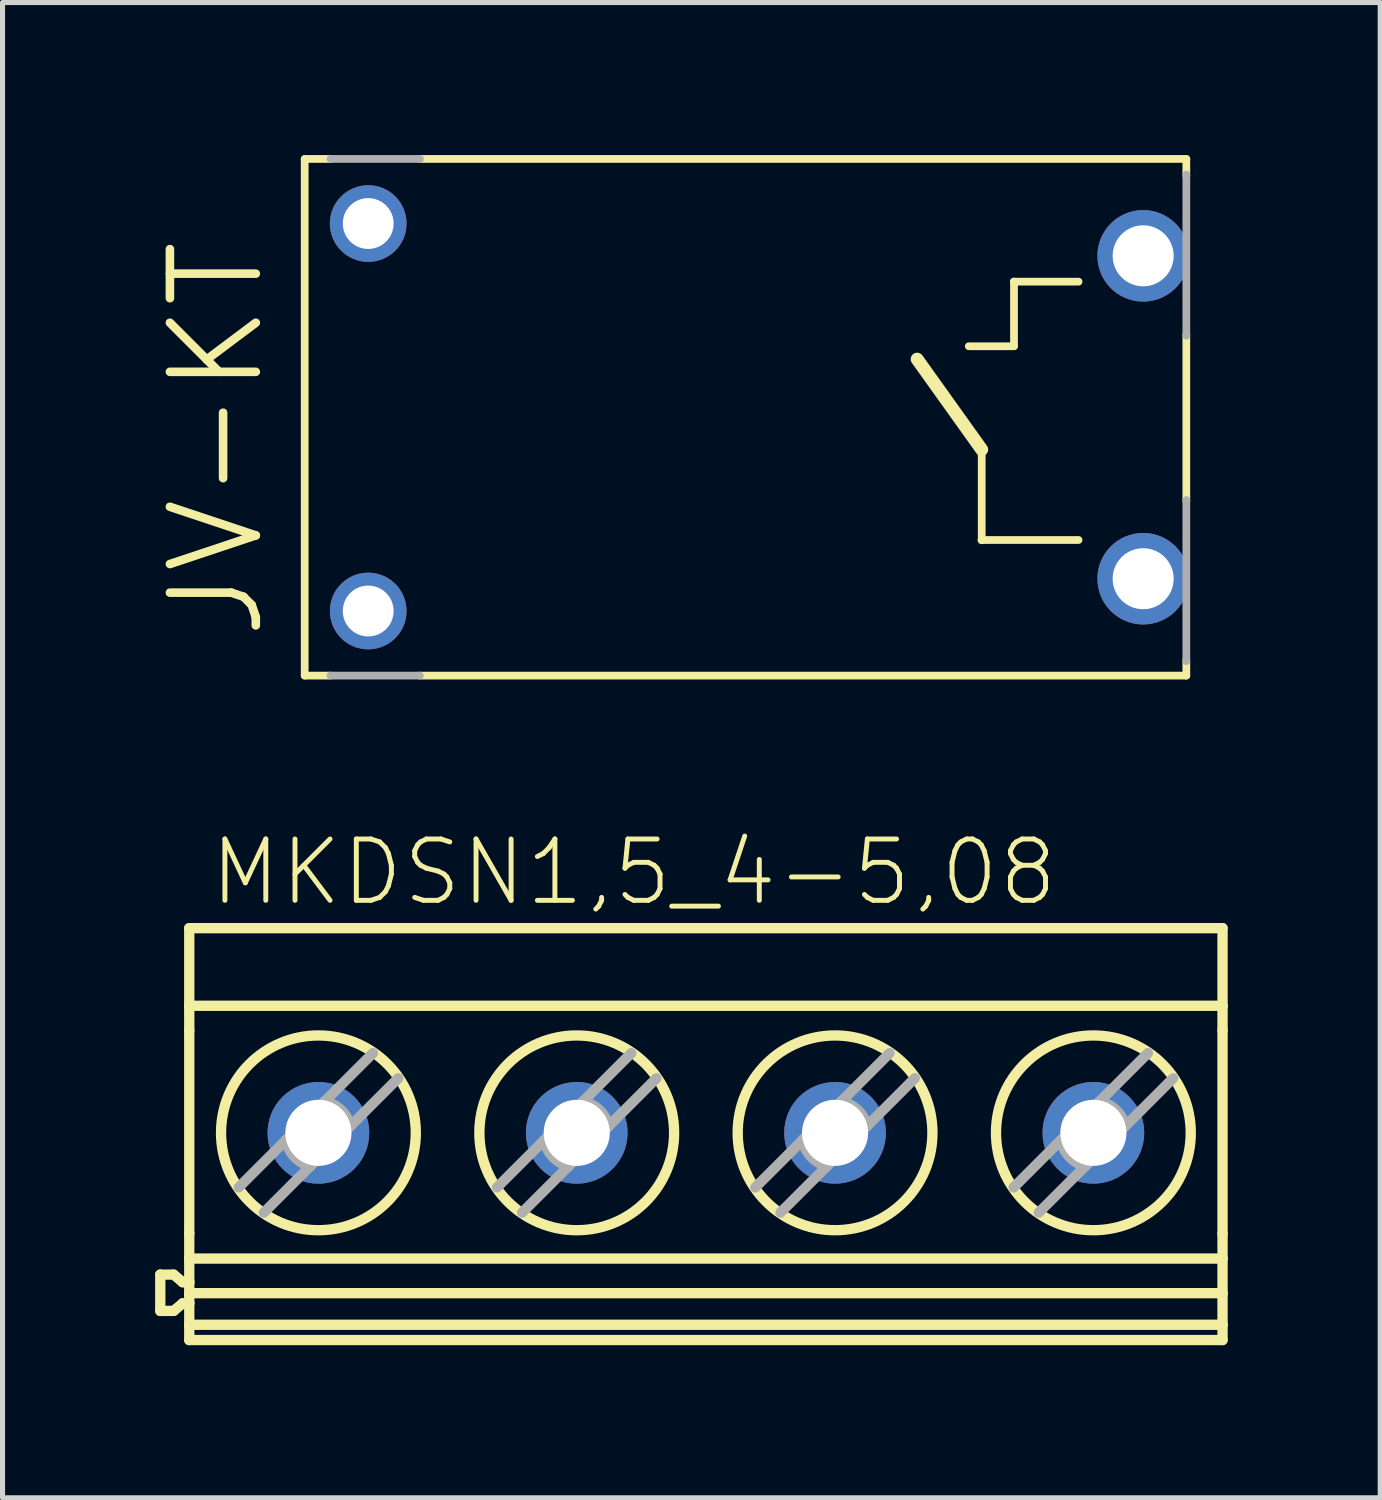
<source format=kicad_pcb>
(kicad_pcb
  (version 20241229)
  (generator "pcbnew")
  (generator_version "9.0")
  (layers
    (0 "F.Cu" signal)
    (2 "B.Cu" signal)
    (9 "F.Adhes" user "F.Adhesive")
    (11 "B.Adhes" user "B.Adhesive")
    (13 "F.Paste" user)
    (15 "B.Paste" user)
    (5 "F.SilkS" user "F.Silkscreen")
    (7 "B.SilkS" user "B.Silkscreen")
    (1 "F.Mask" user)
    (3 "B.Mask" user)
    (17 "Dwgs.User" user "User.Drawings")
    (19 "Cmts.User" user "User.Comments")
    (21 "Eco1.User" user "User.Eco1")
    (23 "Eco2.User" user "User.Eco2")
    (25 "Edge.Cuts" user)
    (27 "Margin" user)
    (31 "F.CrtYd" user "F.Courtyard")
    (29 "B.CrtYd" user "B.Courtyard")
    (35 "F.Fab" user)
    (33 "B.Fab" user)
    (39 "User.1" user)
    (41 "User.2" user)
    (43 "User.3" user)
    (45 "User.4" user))
  (footprint "MKDSN1,5_4-5,08"
    (layer "F.Cu")
    (at 10.853 19.253)
    (property "Reference" "MKDSN1,5_4-5,08" (at -9.831 -4.445 0) (layer "F.SilkS") (effects (font (size 1.206 1.206) (thickness 0.097)) (justify left bottom)))
    (attr through_hole)
    (fp_line (start -10.751 2.763) (end -10.751 3.477) (stroke (width 0.203) (type solid)) (layer "F.SilkS"))
    (fp_line (start -10.751 2.763) (end -10.488 2.763) (stroke (width 0.203) (type solid)) (layer "F.SilkS"))
    (fp_line (start -10.751 3.477) (end -10.488 3.477) (stroke (width 0.203) (type solid)) (layer "F.SilkS"))
    (fp_line (start -10.488 2.763) (end -10.31 2.913) (stroke (width 0.203) (type solid)) (layer "F.SilkS"))
    (fp_line (start -10.31 2.913) (end -10.181 2.913) (stroke (width 0.203) (type solid)) (layer "F.SilkS"))
    (fp_line (start -10.31 3.327) (end -10.488 3.477) (stroke (width 0.203) (type solid)) (layer "F.SilkS"))
    (fp_line (start -10.181 -4.05) (end 10.139 -4.05) (stroke (width 0.203) (type solid)) (layer "F.SilkS"))
    (fp_line (start -10.181 -2.524) (end -10.181 -4.05) (stroke (width 0.203) (type solid)) (layer "F.SilkS"))
    (fp_line (start -10.181 -2.524) (end -10.181 -2.041) (stroke (width 0.203) (type solid)) (layer "F.SilkS"))
    (fp_line (start -10.181 -2.524) (end 10.139 -2.524) (stroke (width 0.203) (type solid)) (layer "F.SilkS"))
    (fp_line (start -10.181 1.956) (end -10.181 -2.041) (stroke (width 0.203) (type solid)) (layer "F.SilkS"))
    (fp_line (start -10.181 1.956) (end -10.181 2.448) (stroke (width 0.203) (type solid)) (layer "F.SilkS"))
    (fp_line (start -10.181 2.913) (end -10.181 2.448) (stroke (width 0.203) (type solid)) (layer "F.SilkS"))
    (fp_line (start -10.181 3.128) (end -10.181 2.913) (stroke (width 0.203) (type solid)) (layer "F.SilkS"))
    (fp_line (start -10.181 3.128) (end 10.139 3.128) (stroke (width 0.203) (type solid)) (layer "F.SilkS"))
    (fp_line (start -10.181 3.327) (end -10.31 3.327) (stroke (width 0.203) (type solid)) (layer "F.SilkS"))
    (fp_line (start -10.181 3.327) (end -10.181 3.128) (stroke (width 0.203) (type solid)) (layer "F.SilkS"))
    (fp_line (start -10.181 3.75) (end -10.181 3.327) (stroke (width 0.203) (type solid)) (layer "F.SilkS"))
    (fp_line (start -10.181 3.75) (end -10.181 4.05) (stroke (width 0.203) (type solid)) (layer "F.SilkS"))
    (fp_line (start -10.181 4.05) (end 10.139 4.05) (stroke (width 0.203) (type solid)) (layer "F.SilkS"))
    (fp_line (start 10.139 -2.524) (end 10.139 -4.05) (stroke (width 0.203) (type solid)) (layer "F.SilkS"))
    (fp_line (start 10.139 -2.524) (end 10.139 -2.041) (stroke (width 0.203) (type solid)) (layer "F.SilkS"))
    (fp_line (start 10.139 1.956) (end 10.139 -2.041) (stroke (width 0.203) (type solid)) (layer "F.SilkS"))
    (fp_line (start 10.139 1.956) (end 10.139 2.448) (stroke (width 0.203) (type solid)) (layer "F.SilkS"))
    (fp_line (start 10.139 2.448) (end -10.181 2.448) (stroke (width 0.203) (type solid)) (layer "F.SilkS"))
    (fp_line (start 10.139 3.128) (end 10.139 2.448) (stroke (width 0.203) (type solid)) (layer "F.SilkS"))
    (fp_line (start 10.139 3.75) (end -10.181 3.75) (stroke (width 0.203) (type solid)) (layer "F.SilkS"))
    (fp_line (start 10.139 3.75) (end 10.139 3.128) (stroke (width 0.203) (type solid)) (layer "F.SilkS"))
    (fp_line (start 10.139 3.75) (end 10.139 4.05) (stroke (width 0.203) (type solid)) (layer "F.SilkS"))
    (fp_circle (center -7.641 -0.025) (end -5.726 -0.025) (stroke (width 0.203) (type solid)) (fill no) (layer "F.SilkS"))
    (fp_circle (center -2.561 -0.025) (end -0.646 -0.025) (stroke (width 0.203) (type solid)) (fill no) (layer "F.SilkS"))
    (fp_circle (center 2.519 -0.025) (end 4.434 -0.025) (stroke (width 0.203) (type solid)) (fill no) (layer "F.SilkS"))
    (fp_circle (center 7.599 -0.025) (end 9.514 -0.025) (stroke (width 0.203) (type solid)) (fill no) (layer "F.SilkS"))
    (fp_line (start -9.209 1.048) (end -8.28 0.119) (stroke (width 0.203) (type solid)) (layer "F.Fab"))
    (fp_line (start -8.28 0.119) (end -7.641 -0.52) (stroke (width 0.203) (type solid)) (layer "F.Fab"))
    (fp_line (start -7.801 0.63) (end -8.714 1.543) (stroke (width 0.203) (type solid)) (layer "F.Fab"))
    (fp_line (start -7.641 -0.52) (end -7.522 -0.639) (stroke (width 0.203) (type solid)) (layer "F.Fab"))
    (fp_line (start -7.641 0.47) (end -7.801 0.63) (stroke (width 0.203) (type solid)) (layer "F.Fab"))
    (fp_line (start -7.522 -0.639) (end -6.568 -1.593) (stroke (width 0.203) (type solid)) (layer "F.Fab"))
    (fp_line (start -7.011 -0.16) (end -7.641 0.47) (stroke (width 0.203) (type solid)) (layer "F.Fab"))
    (fp_line (start -6.073 -1.098) (end -7.011 -0.16) (stroke (width 0.203) (type solid)) (layer "F.Fab"))
    (fp_line (start -4.129 1.048) (end -3.2 0.119) (stroke (width 0.203) (type solid)) (layer "F.Fab"))
    (fp_line (start -3.2 0.119) (end -2.561 -0.52) (stroke (width 0.203) (type solid)) (layer "F.Fab"))
    (fp_line (start -2.721 0.63) (end -3.634 1.543) (stroke (width 0.203) (type solid)) (layer "F.Fab"))
    (fp_line (start -2.561 -0.52) (end -2.442 -0.639) (stroke (width 0.203) (type solid)) (layer "F.Fab"))
    (fp_line (start -2.561 0.47) (end -2.721 0.63) (stroke (width 0.203) (type solid)) (layer "F.Fab"))
    (fp_line (start -2.442 -0.639) (end -1.488 -1.593) (stroke (width 0.203) (type solid)) (layer "F.Fab"))
    (fp_line (start -1.931 -0.16) (end -2.561 0.47) (stroke (width 0.203) (type solid)) (layer "F.Fab"))
    (fp_line (start -0.993 -1.098) (end -1.931 -0.16) (stroke (width 0.203) (type solid)) (layer "F.Fab"))
    (fp_line (start 0.951 1.048) (end 1.88 0.119) (stroke (width 0.203) (type solid)) (layer "F.Fab"))
    (fp_line (start 1.88 0.119) (end 2.519 -0.52) (stroke (width 0.203) (type solid)) (layer "F.Fab"))
    (fp_line (start 2.359 0.63) (end 1.446 1.543) (stroke (width 0.203) (type solid)) (layer "F.Fab"))
    (fp_line (start 2.519 -0.52) (end 2.638 -0.639) (stroke (width 0.203) (type solid)) (layer "F.Fab"))
    (fp_line (start 2.519 0.47) (end 2.359 0.63) (stroke (width 0.203) (type solid)) (layer "F.Fab"))
    (fp_line (start 2.638 -0.639) (end 3.592 -1.593) (stroke (width 0.203) (type solid)) (layer "F.Fab"))
    (fp_line (start 3.149 -0.16) (end 2.519 0.47) (stroke (width 0.203) (type solid)) (layer "F.Fab"))
    (fp_line (start 4.087 -1.098) (end 3.149 -0.16) (stroke (width 0.203) (type solid)) (layer "F.Fab"))
    (fp_line (start 6.031 1.048) (end 6.96 0.119) (stroke (width 0.203) (type solid)) (layer "F.Fab"))
    (fp_line (start 6.96 0.119) (end 7.599 -0.52) (stroke (width 0.203) (type solid)) (layer "F.Fab"))
    (fp_line (start 7.439 0.63) (end 6.526 1.543) (stroke (width 0.203) (type solid)) (layer "F.Fab"))
    (fp_line (start 7.599 -0.52) (end 7.718 -0.639) (stroke (width 0.203) (type solid)) (layer "F.Fab"))
    (fp_line (start 7.599 0.47) (end 7.439 0.63) (stroke (width 0.203) (type solid)) (layer "F.Fab"))
    (fp_line (start 7.718 -0.639) (end 8.672 -1.593) (stroke (width 0.203) (type solid)) (layer "F.Fab"))
    (fp_line (start 8.229 -0.16) (end 7.599 0.47) (stroke (width 0.203) (type solid)) (layer "F.Fab"))
    (fp_line (start 9.167 -1.098) (end 8.229 -0.16) (stroke (width 0.203) (type solid)) (layer "F.Fab"))
    (fp_arc (start -7.801099 0.63) (mid -8.115315 0.444537) (end -8.2801 0.119) (stroke (width 0.2032) (type solid)) (layer "F.Fab"))
    (fp_arc (start -7.5221 -0.639) (mid -7.196563 -0.474216) (end -7.0111 -0.16) (stroke (width 0.2032) (type solid)) (layer "F.Fab"))
    (fp_arc (start -2.721099 0.63) (mid -3.035315 0.444537) (end -3.2001 0.119) (stroke (width 0.2032) (type solid)) (layer "F.Fab"))
    (fp_arc (start -2.4421 -0.639) (mid -2.116563 -0.474216) (end -1.9311 -0.16) (stroke (width 0.2032) (type solid)) (layer "F.Fab"))
    (fp_arc (start 2.3589 0.629999) (mid 2.044684 0.444536) (end 1.8799 0.119) (stroke (width 0.2032) (type solid)) (layer "F.Fab"))
    (fp_arc (start 2.6379 -0.639001) (mid 2.963437 -0.474216) (end 3.1489 -0.16) (stroke (width 0.2032) (type solid)) (layer "F.Fab"))
    (fp_arc (start 7.4389 0.629999) (mid 7.124684 0.444536) (end 6.9599 0.119) (stroke (width 0.2032) (type solid)) (layer "F.Fab"))
    (fp_arc (start 7.7179 -0.639001) (mid 8.043437 -0.474216) (end 8.2289 -0.16) (stroke (width 0.2032) (type solid)) (layer "F.Fab"))
    (pad "1" thru_hole circle (at -7.641 -0.025) (size 2 2) (drill 1.3) (layers "*.Cu" "*.Mask"))
    (pad "2" thru_hole circle (at -2.561 -0.025) (size 2 2) (drill 1.3) (layers "*.Cu" "*.Mask"))
    (pad "3" thru_hole circle (at 2.519 -0.025) (size 2 2) (drill 1.3) (layers "*.Cu" "*.Mask"))
    (pad "4" thru_hole circle (at 7.599 -0.025) (size 2 2) (drill 1.3) (layers "*.Cu" "*.Mask")))
  (footprint "JV-KT"
    (layer "F.Cu")
    (at 11.811 5.156)
    (property "Reference" "JV-KT" (at -9.615 4.445 270) (layer "F.SilkS") (effects (font (size 1.689 1.689) (thickness 0.169)) (justify left bottom)))
    (attr through_hole)
    (fp_line (start -8.869 -5.08) (end -8.361 -5.08) (stroke (width 0.152) (type solid)) (layer "F.SilkS"))
    (fp_line (start -8.869 5.08) (end -8.869 -5.08) (stroke (width 0.152) (type solid)) (layer "F.SilkS"))
    (fp_line (start -8.361 5.08) (end -8.869 5.08) (stroke (width 0.152) (type solid)) (layer "F.SilkS"))
    (fp_line (start -6.604 5.08) (end 8.469 5.08) (stroke (width 0.152) (type solid)) (layer "F.SilkS"))
    (fp_line (start 4.445 0.635) (end 3.175 -1.143) (stroke (width 0.254) (type solid)) (layer "F.SilkS"))
    (fp_line (start 4.445 2.419) (end 4.445 0.635) (stroke (width 0.152) (type solid)) (layer "F.SilkS"))
    (fp_line (start 5.08 -2.669) (end 5.08 -1.397) (stroke (width 0.152) (type solid)) (layer "F.SilkS"))
    (fp_line (start 5.08 -1.397) (end 4.191 -1.397) (stroke (width 0.152) (type solid)) (layer "F.SilkS"))
    (fp_line (start 6.35 -2.667) (end 5.076 -2.667) (stroke (width 0.152) (type solid)) (layer "F.SilkS"))
    (fp_line (start 6.35 2.413) (end 4.441 2.413) (stroke (width 0.152) (type solid)) (layer "F.SilkS"))
    (fp_line (start 8.469 -5.08) (end -6.604 -5.08) (stroke (width 0.152) (type solid)) (layer "F.SilkS"))
    (fp_line (start 8.469 -5.08) (end 8.469 -4.755) (stroke (width 0.152) (type solid)) (layer "F.SilkS"))
    (fp_line (start 8.469 -1.62) (end 8.469 1.645) (stroke (width 0.152) (type solid)) (layer "F.SilkS"))
    (fp_line (start 8.469 4.78) (end 8.469 5.08) (stroke (width 0.152) (type solid)) (layer "F.SilkS"))
    (fp_line (start -6.604 -5.08) (end -8.361 -5.08) (stroke (width 0.152) (type solid)) (layer "F.Fab"))
    (fp_line (start -6.604 5.08) (end -8.361 5.08) (stroke (width 0.152) (type solid)) (layer "F.Fab"))
    (fp_line (start 8.469 -1.604) (end 8.469 -4.771) (stroke (width 0.152) (type solid)) (layer "F.Fab"))
    (fp_line (start 8.469 4.796) (end 8.469 1.629) (stroke (width 0.152) (type solid)) (layer "F.Fab"))
    (pad "1" thru_hole circle (at -7.62 3.81 90) (size 1.508 1.508) (drill 1) (layers "*.Cu" "*.Mask"))
    (pad "2" thru_hole circle (at 7.62 3.175 90) (size 1.8 1.8) (drill 1.2) (layers "*.Cu" "*.Mask"))
    (pad "3" thru_hole circle (at 7.62 -3.175 90) (size 1.8 1.8) (drill 1.2) (layers "*.Cu" "*.Mask"))
    (pad "4" thru_hole circle (at -7.62 -3.81 90) (size 1.508 1.508) (drill 1) (layers "*.Cu" "*.Mask")))
  (gr_rect
    (start -3 -3)
    (end 24.093 26.405)
    (stroke (width 0.1) (type default))
    (fill no)
    (layer "Edge.Cuts")))
</source>
